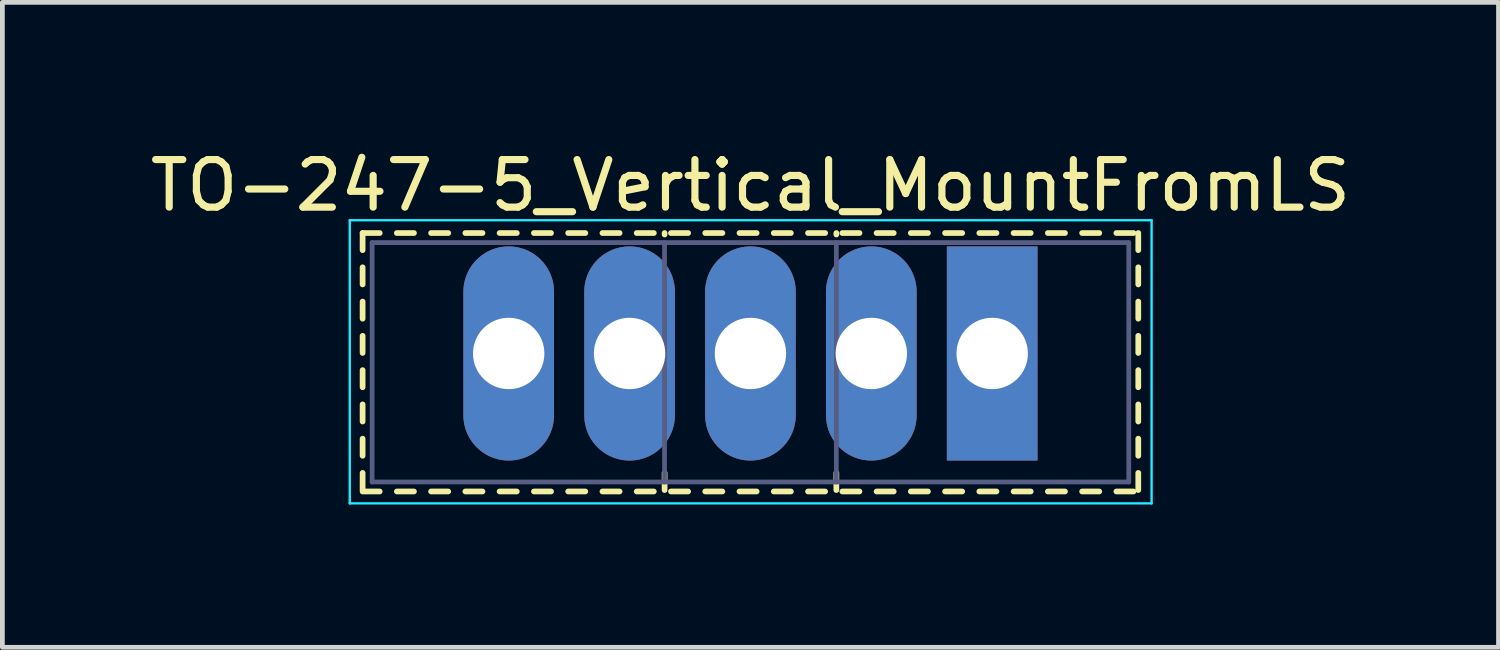
<source format=kicad_pcb>
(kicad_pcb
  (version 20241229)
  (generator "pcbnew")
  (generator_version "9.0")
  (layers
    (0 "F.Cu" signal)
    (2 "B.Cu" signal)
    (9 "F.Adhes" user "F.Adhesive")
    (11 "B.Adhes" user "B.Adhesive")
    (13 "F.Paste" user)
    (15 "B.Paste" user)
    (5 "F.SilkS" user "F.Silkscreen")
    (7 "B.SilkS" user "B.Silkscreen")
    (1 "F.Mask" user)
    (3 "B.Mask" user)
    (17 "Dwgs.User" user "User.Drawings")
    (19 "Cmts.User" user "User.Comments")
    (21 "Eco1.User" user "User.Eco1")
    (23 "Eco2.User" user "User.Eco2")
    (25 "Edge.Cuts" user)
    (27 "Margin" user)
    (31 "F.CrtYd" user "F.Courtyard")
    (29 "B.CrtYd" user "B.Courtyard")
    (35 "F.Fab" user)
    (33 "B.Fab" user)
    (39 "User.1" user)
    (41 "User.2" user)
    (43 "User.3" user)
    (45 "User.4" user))
  (footprint "TO-247-5_Vertical_MountFromLS"
    (layer "F.Cu")
    (at 17.8 4.378)
    (property "Reference" "TO-247-5_Vertical_MountFromLS" (at -5.08 -3.53 0) (layer "F.SilkS") (effects (font (size 1 1) (thickness 0.15))))
    (attr through_hole)
    (fp_line (start -13.23 -2.531) (end -13.23 -2.171) (stroke (width 0.12) (type solid)) (layer "F.SilkS"))
    (fp_line (start -13.23 -2.531) (end -12.871 -2.531) (stroke (width 0.12) (type solid)) (layer "F.SilkS"))
    (fp_line (start -13.23 -1.811) (end -13.23 -1.451) (stroke (width 0.12) (type solid)) (layer "F.SilkS"))
    (fp_line (start -13.23 -1.091) (end -13.23 -0.731) (stroke (width 0.12) (type solid)) (layer "F.SilkS"))
    (fp_line (start -13.23 -0.371) (end -13.23 -0.011) (stroke (width 0.12) (type solid)) (layer "F.SilkS"))
    (fp_line (start -13.23 0.35) (end -13.23 0.71) (stroke (width 0.12) (type solid)) (layer "F.SilkS"))
    (fp_line (start -13.23 1.07) (end -13.23 1.43) (stroke (width 0.12) (type solid)) (layer "F.SilkS"))
    (fp_line (start -13.23 1.79) (end -13.23 2.15) (stroke (width 0.12) (type solid)) (layer "F.SilkS"))
    (fp_line (start -13.23 2.51) (end -13.23 2.87) (stroke (width 0.12) (type solid)) (layer "F.SilkS"))
    (fp_line (start -13.23 2.9) (end -12.871 2.9) (stroke (width 0.12) (type solid)) (layer "F.SilkS"))
    (fp_line (start -12.511 -2.531) (end -12.151 -2.531) (stroke (width 0.12) (type solid)) (layer "F.SilkS"))
    (fp_line (start -12.511 2.9) (end -12.151 2.9) (stroke (width 0.12) (type solid)) (layer "F.SilkS"))
    (fp_line (start -11.791 -2.531) (end -11.431 -2.531) (stroke (width 0.12) (type solid)) (layer "F.SilkS"))
    (fp_line (start -11.791 2.9) (end -11.431 2.9) (stroke (width 0.12) (type solid)) (layer "F.SilkS"))
    (fp_line (start -11.071 -2.531) (end -10.711 -2.531) (stroke (width 0.12) (type solid)) (layer "F.SilkS"))
    (fp_line (start -11.071 2.9) (end -10.711 2.9) (stroke (width 0.12) (type solid)) (layer "F.SilkS"))
    (fp_line (start -10.351 -2.531) (end -9.99 -2.531) (stroke (width 0.12) (type solid)) (layer "F.SilkS"))
    (fp_line (start -10.351 2.9) (end -9.99 2.9) (stroke (width 0.12) (type solid)) (layer "F.SilkS"))
    (fp_line (start -9.63 -2.531) (end -9.27 -2.531) (stroke (width 0.12) (type solid)) (layer "F.SilkS"))
    (fp_line (start -9.63 2.9) (end -9.27 2.9) (stroke (width 0.12) (type solid)) (layer "F.SilkS"))
    (fp_line (start -8.91 -2.531) (end -8.55 -2.531) (stroke (width 0.12) (type solid)) (layer "F.SilkS"))
    (fp_line (start -8.91 2.9) (end -8.55 2.9) (stroke (width 0.12) (type solid)) (layer "F.SilkS"))
    (fp_line (start -8.19 -2.531) (end -7.83 -2.531) (stroke (width 0.12) (type solid)) (layer "F.SilkS"))
    (fp_line (start -8.19 2.9) (end -7.83 2.9) (stroke (width 0.12) (type solid)) (layer "F.SilkS"))
    (fp_line (start -7.47 -2.531) (end -7.11 -2.531) (stroke (width 0.12) (type solid)) (layer "F.SilkS"))
    (fp_line (start -7.47 2.9) (end -7.11 2.9) (stroke (width 0.12) (type solid)) (layer "F.SilkS"))
    (fp_line (start -6.884 -2.531) (end -6.884 -2.5) (stroke (width 0.12) (type solid)) (layer "F.SilkS"))
    (fp_line (start -6.884 2.51) (end -6.884 2.87) (stroke (width 0.12) (type solid)) (layer "F.SilkS"))
    (fp_line (start -6.75 -2.531) (end -6.39 -2.531) (stroke (width 0.12) (type solid)) (layer "F.SilkS"))
    (fp_line (start -6.75 2.9) (end -6.39 2.9) (stroke (width 0.12) (type solid)) (layer "F.SilkS"))
    (fp_line (start -6.03 -2.531) (end -5.67 -2.531) (stroke (width 0.12) (type solid)) (layer "F.SilkS"))
    (fp_line (start -6.03 2.9) (end -5.67 2.9) (stroke (width 0.12) (type solid)) (layer "F.SilkS"))
    (fp_line (start -5.31 -2.531) (end -4.95 -2.531) (stroke (width 0.12) (type solid)) (layer "F.SilkS"))
    (fp_line (start -5.31 2.9) (end -4.95 2.9) (stroke (width 0.12) (type solid)) (layer "F.SilkS"))
    (fp_line (start -4.59 -2.531) (end -4.23 -2.531) (stroke (width 0.12) (type solid)) (layer "F.SilkS"))
    (fp_line (start -4.59 2.9) (end -4.23 2.9) (stroke (width 0.12) (type solid)) (layer "F.SilkS"))
    (fp_line (start -3.87 -2.531) (end -3.51 -2.531) (stroke (width 0.12) (type solid)) (layer "F.SilkS"))
    (fp_line (start -3.87 2.9) (end -3.51 2.9) (stroke (width 0.12) (type solid)) (layer "F.SilkS"))
    (fp_line (start -3.275 -2.531) (end -3.275 -2.5) (stroke (width 0.12) (type solid)) (layer "F.SilkS"))
    (fp_line (start -3.275 2.51) (end -3.275 2.87) (stroke (width 0.12) (type solid)) (layer "F.SilkS"))
    (fp_line (start -3.149 -2.531) (end -2.789 -2.531) (stroke (width 0.12) (type solid)) (layer "F.SilkS"))
    (fp_line (start -3.149 2.9) (end -2.789 2.9) (stroke (width 0.12) (type solid)) (layer "F.SilkS"))
    (fp_line (start -2.429 -2.531) (end -2.069 -2.531) (stroke (width 0.12) (type solid)) (layer "F.SilkS"))
    (fp_line (start -2.429 2.9) (end -2.069 2.9) (stroke (width 0.12) (type solid)) (layer "F.SilkS"))
    (fp_line (start -1.71 -2.531) (end -1.35 -2.531) (stroke (width 0.12) (type solid)) (layer "F.SilkS"))
    (fp_line (start -1.71 2.9) (end -1.35 2.9) (stroke (width 0.12) (type solid)) (layer "F.SilkS"))
    (fp_line (start -0.99 -2.531) (end -0.63 -2.531) (stroke (width 0.12) (type solid)) (layer "F.SilkS"))
    (fp_line (start -0.99 2.9) (end -0.63 2.9) (stroke (width 0.12) (type solid)) (layer "F.SilkS"))
    (fp_line (start -0.27 -2.531) (end 0.09 -2.531) (stroke (width 0.12) (type solid)) (layer "F.SilkS"))
    (fp_line (start -0.27 2.9) (end 0.09 2.9) (stroke (width 0.12) (type solid)) (layer "F.SilkS"))
    (fp_line (start 0.45 -2.531) (end 0.81 -2.531) (stroke (width 0.12) (type solid)) (layer "F.SilkS"))
    (fp_line (start 0.45 2.9) (end 0.81 2.9) (stroke (width 0.12) (type solid)) (layer "F.SilkS"))
    (fp_line (start 1.17 -2.531) (end 1.53 -2.531) (stroke (width 0.12) (type solid)) (layer "F.SilkS"))
    (fp_line (start 1.17 2.9) (end 1.53 2.9) (stroke (width 0.12) (type solid)) (layer "F.SilkS"))
    (fp_line (start 1.89 -2.531) (end 2.25 -2.531) (stroke (width 0.12) (type solid)) (layer "F.SilkS"))
    (fp_line (start 1.89 2.9) (end 2.25 2.9) (stroke (width 0.12) (type solid)) (layer "F.SilkS"))
    (fp_line (start 2.61 -2.531) (end 2.97 -2.531) (stroke (width 0.12) (type solid)) (layer "F.SilkS"))
    (fp_line (start 2.61 2.9) (end 2.97 2.9) (stroke (width 0.12) (type solid)) (layer "F.SilkS"))
    (fp_line (start 3.07 -2.531) (end 3.07 -2.171) (stroke (width 0.12) (type solid)) (layer "F.SilkS"))
    (fp_line (start 3.07 -1.811) (end 3.07 -1.451) (stroke (width 0.12) (type solid)) (layer "F.SilkS"))
    (fp_line (start 3.07 -1.091) (end 3.07 -0.731) (stroke (width 0.12) (type solid)) (layer "F.SilkS"))
    (fp_line (start 3.07 -0.371) (end 3.07 -0.011) (stroke (width 0.12) (type solid)) (layer "F.SilkS"))
    (fp_line (start 3.07 0.35) (end 3.07 0.71) (stroke (width 0.12) (type solid)) (layer "F.SilkS"))
    (fp_line (start 3.07 1.07) (end 3.07 1.43) (stroke (width 0.12) (type solid)) (layer "F.SilkS"))
    (fp_line (start 3.07 1.79) (end 3.07 2.15) (stroke (width 0.12) (type solid)) (layer "F.SilkS"))
    (fp_line (start 3.07 2.51) (end 3.07 2.87) (stroke (width 0.12) (type solid)) (layer "F.SilkS"))
    (fp_line (start -13.5 -2.8) (end -13.5 3.15) (stroke (width 0.05) (type solid)) (layer "B.CrtYd"))
    (fp_line (start -13.5 3.15) (end 3.35 3.15) (stroke (width 0.05) (type solid)) (layer "B.CrtYd"))
    (fp_line (start 3.35 -2.8) (end -13.5 -2.8) (stroke (width 0.05) (type solid)) (layer "B.CrtYd"))
    (fp_line (start 3.35 3.15) (end 3.35 -2.8) (stroke (width 0.05) (type solid)) (layer "B.CrtYd"))
    (fp_line (start -13.03 -2.33) (end -13.03 2.7) (stroke (width 0.1) (type solid)) (layer "B.Fab"))
    (fp_line (start -13.03 2.7) (end 2.87 2.7) (stroke (width 0.1) (type solid)) (layer "B.Fab"))
    (fp_line (start -6.885 -2.33) (end -6.885 2.7) (stroke (width 0.1) (type solid)) (layer "B.Fab"))
    (fp_line (start -3.275 -2.33) (end -3.275 2.7) (stroke (width 0.1) (type solid)) (layer "B.Fab"))
    (fp_line (start 2.87 -2.33) (end -13.03 -2.33) (stroke (width 0.1) (type solid)) (layer "B.Fab"))
    (fp_line (start 2.87 2.7) (end 2.87 -2.33) (stroke (width 0.1) (type solid)) (layer "B.Fab"))
    (pad "1" thru_hole rect (at 0 0) (size 1.905 4.5) (drill 1.5) (layers "*.Cu" "*.Mask"))
    (pad "2" thru_hole oval (at -2.54 0) (size 1.905 4.5) (drill 1.5) (layers "*.Cu" "*.Mask"))
    (pad "3" thru_hole oval (at -5.08 0) (size 1.905 4.5) (drill 1.5) (layers "*.Cu" "*.Mask"))
    (pad "4" thru_hole oval (at -7.62 0) (size 1.905 4.5) (drill 1.5) (layers "*.Cu" "*.Mask"))
    (pad "5" thru_hole oval (at -10.16 0) (size 1.905 4.5) (drill 1.5) (layers "*.Cu" "*.Mask")))
  (gr_rect
    (start -3 -3)
    (end 28.44 10.553)
    (stroke (width 0.1) (type default))
    (fill no)
    (layer "Edge.Cuts")))
</source>
